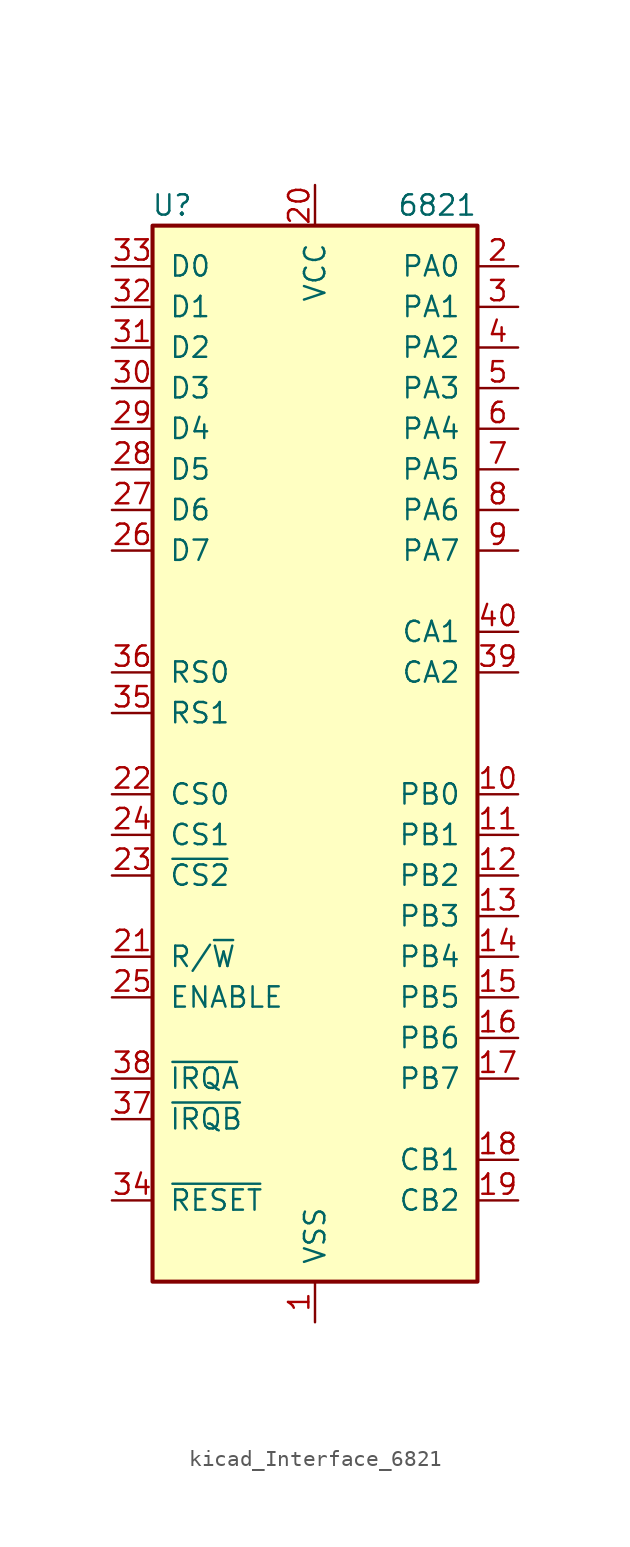
<source format=kicad_sym>
(kicad_symbol_lib
  (version 20220914)
  (generator kicad_symbol_editor)
  (symbol "kicad_Interface_6821"
    (pin_names
      (offset 1.016))
    (property "Reference" "U"
      (at -7.62 34.29 0)
      (effects (font (size 1.27 1.27)) (justify right)))
    (property "Value" "6821"
      (at 10.16 34.29 0)
      (effects (font (size 1.27 1.27)) (justify right)))
    (symbol "kicad_Interface_6821_0_1"
      (rectangle (start -10.16 -33.02) (end 10.16 33.02) (stroke (width 0.254) (type default)) (fill (type background))))
    (symbol "kicad_Interface_6821_1_1"
      (pin power_in line (at 0 -35.56 90) (length 2.54) (name "VSS" (effects (font (size 1.27 1.27)))) (number "1" (effects (font (size 1.27 1.27)))))
      (pin bidirectional line (at 12.7 -2.54 180) (length 2.54) (name "PB0" (effects (font (size 1.27 1.27)))) (number "10" (effects (font (size 1.27 1.27)))))
      (pin bidirectional line (at 12.7 -5.08 180) (length 2.54) (name "PB1" (effects (font (size 1.27 1.27)))) (number "11" (effects (font (size 1.27 1.27)))))
      (pin bidirectional line (at 12.7 -7.62 180) (length 2.54) (name "PB2" (effects (font (size 1.27 1.27)))) (number "12" (effects (font (size 1.27 1.27)))))
      (pin bidirectional line (at 12.7 -10.16 180) (length 2.54) (name "PB3" (effects (font (size 1.27 1.27)))) (number "13" (effects (font (size 1.27 1.27)))))
      (pin bidirectional line (at 12.7 -12.7 180) (length 2.54) (name "PB4" (effects (font (size 1.27 1.27)))) (number "14" (effects (font (size 1.27 1.27)))))
      (pin bidirectional line (at 12.7 -15.24 180) (length 2.54) (name "PB5" (effects (font (size 1.27 1.27)))) (number "15" (effects (font (size 1.27 1.27)))))
      (pin bidirectional line (at 12.7 -17.78 180) (length 2.54) (name "PB6" (effects (font (size 1.27 1.27)))) (number "16" (effects (font (size 1.27 1.27)))))
      (pin bidirectional line (at 12.7 -20.32 180) (length 2.54) (name "PB7" (effects (font (size 1.27 1.27)))) (number "17" (effects (font (size 1.27 1.27)))))
      (pin input line (at 12.7 -25.4 180) (length 2.54) (name "CB1" (effects (font (size 1.27 1.27)))) (number "18" (effects (font (size 1.27 1.27)))))
      (pin bidirectional line (at 12.7 -27.94 180) (length 2.54) (name "CB2" (effects (font (size 1.27 1.27)))) (number "19" (effects (font (size 1.27 1.27)))))
      (pin bidirectional line (at 12.7 30.48 180) (length 2.54) (name "PA0" (effects (font (size 1.27 1.27)))) (number "2" (effects (font (size 1.27 1.27)))))
      (pin power_in line (at 0 35.56 270) (length 2.54) (name "VCC" (effects (font (size 1.27 1.27)))) (number "20" (effects (font (size 1.27 1.27)))))
      (pin input line (at -12.7 -12.7 0) (length 2.54) (name "R/~{W}" (effects (font (size 1.27 1.27)))) (number "21" (effects (font (size 1.27 1.27)))))
      (pin input line (at -12.7 -2.54 0) (length 2.54) (name "CS0" (effects (font (size 1.27 1.27)))) (number "22" (effects (font (size 1.27 1.27)))))
      (pin input line (at -12.7 -7.62 0) (length 2.54) (name "~{CS2}" (effects (font (size 1.27 1.27)))) (number "23" (effects (font (size 1.27 1.27)))))
      (pin input line (at -12.7 -5.08 0) (length 2.54) (name "CS1" (effects (font (size 1.27 1.27)))) (number "24" (effects (font (size 1.27 1.27)))))
      (pin input line (at -12.7 -15.24 0) (length 2.54) (name "ENABLE" (effects (font (size 1.27 1.27)))) (number "25" (effects (font (size 1.27 1.27)))))
      (pin bidirectional line (at -12.7 12.7 0) (length 2.54) (name "D7" (effects (font (size 1.27 1.27)))) (number "26" (effects (font (size 1.27 1.27)))))
      (pin bidirectional line (at -12.7 15.24 0) (length 2.54) (name "D6" (effects (font (size 1.27 1.27)))) (number "27" (effects (font (size 1.27 1.27)))))
      (pin bidirectional line (at -12.7 17.78 0) (length 2.54) (name "D5" (effects (font (size 1.27 1.27)))) (number "28" (effects (font (size 1.27 1.27)))))
      (pin bidirectional line (at -12.7 20.32 0) (length 2.54) (name "D4" (effects (font (size 1.27 1.27)))) (number "29" (effects (font (size 1.27 1.27)))))
      (pin bidirectional line (at 12.7 27.94 180) (length 2.54) (name "PA1" (effects (font (size 1.27 1.27)))) (number "3" (effects (font (size 1.27 1.27)))))
      (pin bidirectional line (at -12.7 22.86 0) (length 2.54) (name "D3" (effects (font (size 1.27 1.27)))) (number "30" (effects (font (size 1.27 1.27)))))
      (pin bidirectional line (at -12.7 25.4 0) (length 2.54) (name "D2" (effects (font (size 1.27 1.27)))) (number "31" (effects (font (size 1.27 1.27)))))
      (pin bidirectional line (at -12.7 27.94 0) (length 2.54) (name "D1" (effects (font (size 1.27 1.27)))) (number "32" (effects (font (size 1.27 1.27)))))
      (pin bidirectional line (at -12.7 30.48 0) (length 2.54) (name "D0" (effects (font (size 1.27 1.27)))) (number "33" (effects (font (size 1.27 1.27)))))
      (pin input line (at -12.7 -27.94 0) (length 2.54) (name "~{RESET}" (effects (font (size 1.27 1.27)))) (number "34" (effects (font (size 1.27 1.27)))))
      (pin input line (at -12.7 2.54 0) (length 2.54) (name "RS1" (effects (font (size 1.27 1.27)))) (number "35" (effects (font (size 1.27 1.27)))))
      (pin input line (at -12.7 5.08 0) (length 2.54) (name "RS0" (effects (font (size 1.27 1.27)))) (number "36" (effects (font (size 1.27 1.27)))))
      (pin open_collector line (at -12.7 -22.86 0) (length 2.54) (name "~{IRQB}" (effects (font (size 1.27 1.27)))) (number "37" (effects (font (size 1.27 1.27)))))
      (pin open_collector line (at -12.7 -20.32 0) (length 2.54) (name "~{IRQA}" (effects (font (size 1.27 1.27)))) (number "38" (effects (font (size 1.27 1.27)))))
      (pin bidirectional line (at 12.7 5.08 180) (length 2.54) (name "CA2" (effects (font (size 1.27 1.27)))) (number "39" (effects (font (size 1.27 1.27)))))
      (pin bidirectional line (at 12.7 25.4 180) (length 2.54) (name "PA2" (effects (font (size 1.27 1.27)))) (number "4" (effects (font (size 1.27 1.27)))))
      (pin input line (at 12.7 7.62 180) (length 2.54) (name "CA1" (effects (font (size 1.27 1.27)))) (number "40" (effects (font (size 1.27 1.27)))))
      (pin bidirectional line (at 12.7 22.86 180) (length 2.54) (name "PA3" (effects (font (size 1.27 1.27)))) (number "5" (effects (font (size 1.27 1.27)))))
      (pin bidirectional line (at 12.7 20.32 180) (length 2.54) (name "PA4" (effects (font (size 1.27 1.27)))) (number "6" (effects (font (size 1.27 1.27)))))
      (pin bidirectional line (at 12.7 17.78 180) (length 2.54) (name "PA5" (effects (font (size 1.27 1.27)))) (number "7" (effects (font (size 1.27 1.27)))))
      (pin bidirectional line (at 12.7 15.24 180) (length 2.54) (name "PA6" (effects (font (size 1.27 1.27)))) (number "8" (effects (font (size 1.27 1.27)))))
      (pin bidirectional line (at 12.7 12.7 180) (length 2.54) (name "PA7" (effects (font (size 1.27 1.27)))) (number "9" (effects (font (size 1.27 1.27))))))))
</source>
